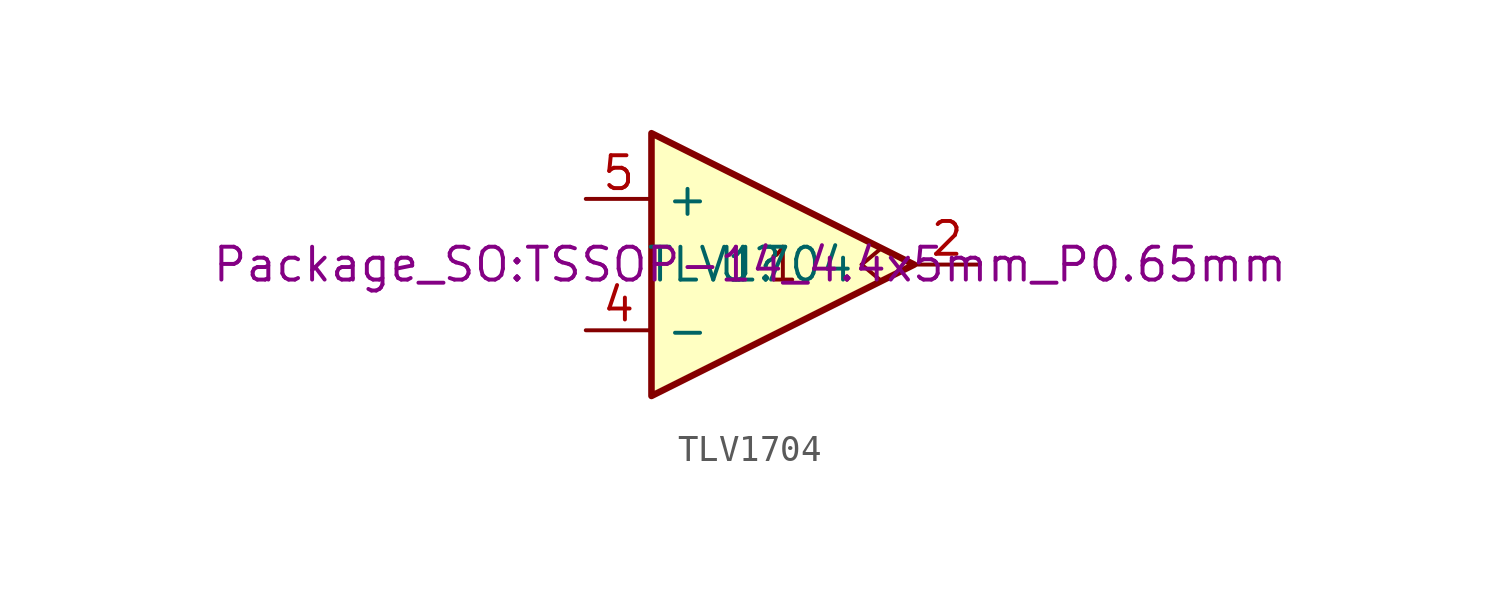
<source format=kicad_sym>
(kicad_symbol_lib
  (version 20241209)
  (generator "kicad_symbol_editor")
  (generator_version "9.0")
  (symbol "TLV1704"
    (property "Reference" "U"
      (at 0 0 0)
      (effects (font (size 1.27 1.27))))
    (property "Value" "TLV1704"
      (at 0 0 0)
      (effects (font (size 1.27 1.27))))
    (property "Footprint" "Package_SO:TSSOP-14_4.4x5mm_P0.65mm"
      (at 0 0 0)
      (effects (font (size 1.27 1.27))))
    (symbol "TLV1704_1_1"
      (polyline (pts (xy -3.81 5.08) (xy 6.35 0) (xy -3.81 -5.08) (xy -3.81 5.08)) (stroke (width 0.254) (type default)) (fill (type background)))
      (polyline (pts (xy 4.318 0) (xy 5.08 -0.635)) (stroke (width 0) (type default)) (fill (type none)))
      (polyline (pts (xy 5.08 0.635) (xy 4.318 0)) (stroke (width 0) (type default)) (fill (type none)))
      (text "1" (at 1.27 0 0) (effects (font (size 1.27 1.27))))
      (pin input line (at -6.35 2.54 0) (length 2.54) (name "+" (effects (font (size 1.27 1.27)))) (number "5" (effects (font (size 1.27 1.27)))))
      (pin input line (at -6.35 -2.54 0) (length 2.54) (name "-" (effects (font (size 1.27 1.27)))) (number "4" (effects (font (size 1.27 1.27)))))
      (pin open_collector line (at 8.89 0 180) (length 2.54) (name "~" (effects (font (size 1.27 1.27)))) (number "2" (effects (font (size 1.27 1.27))))))))
</source>
